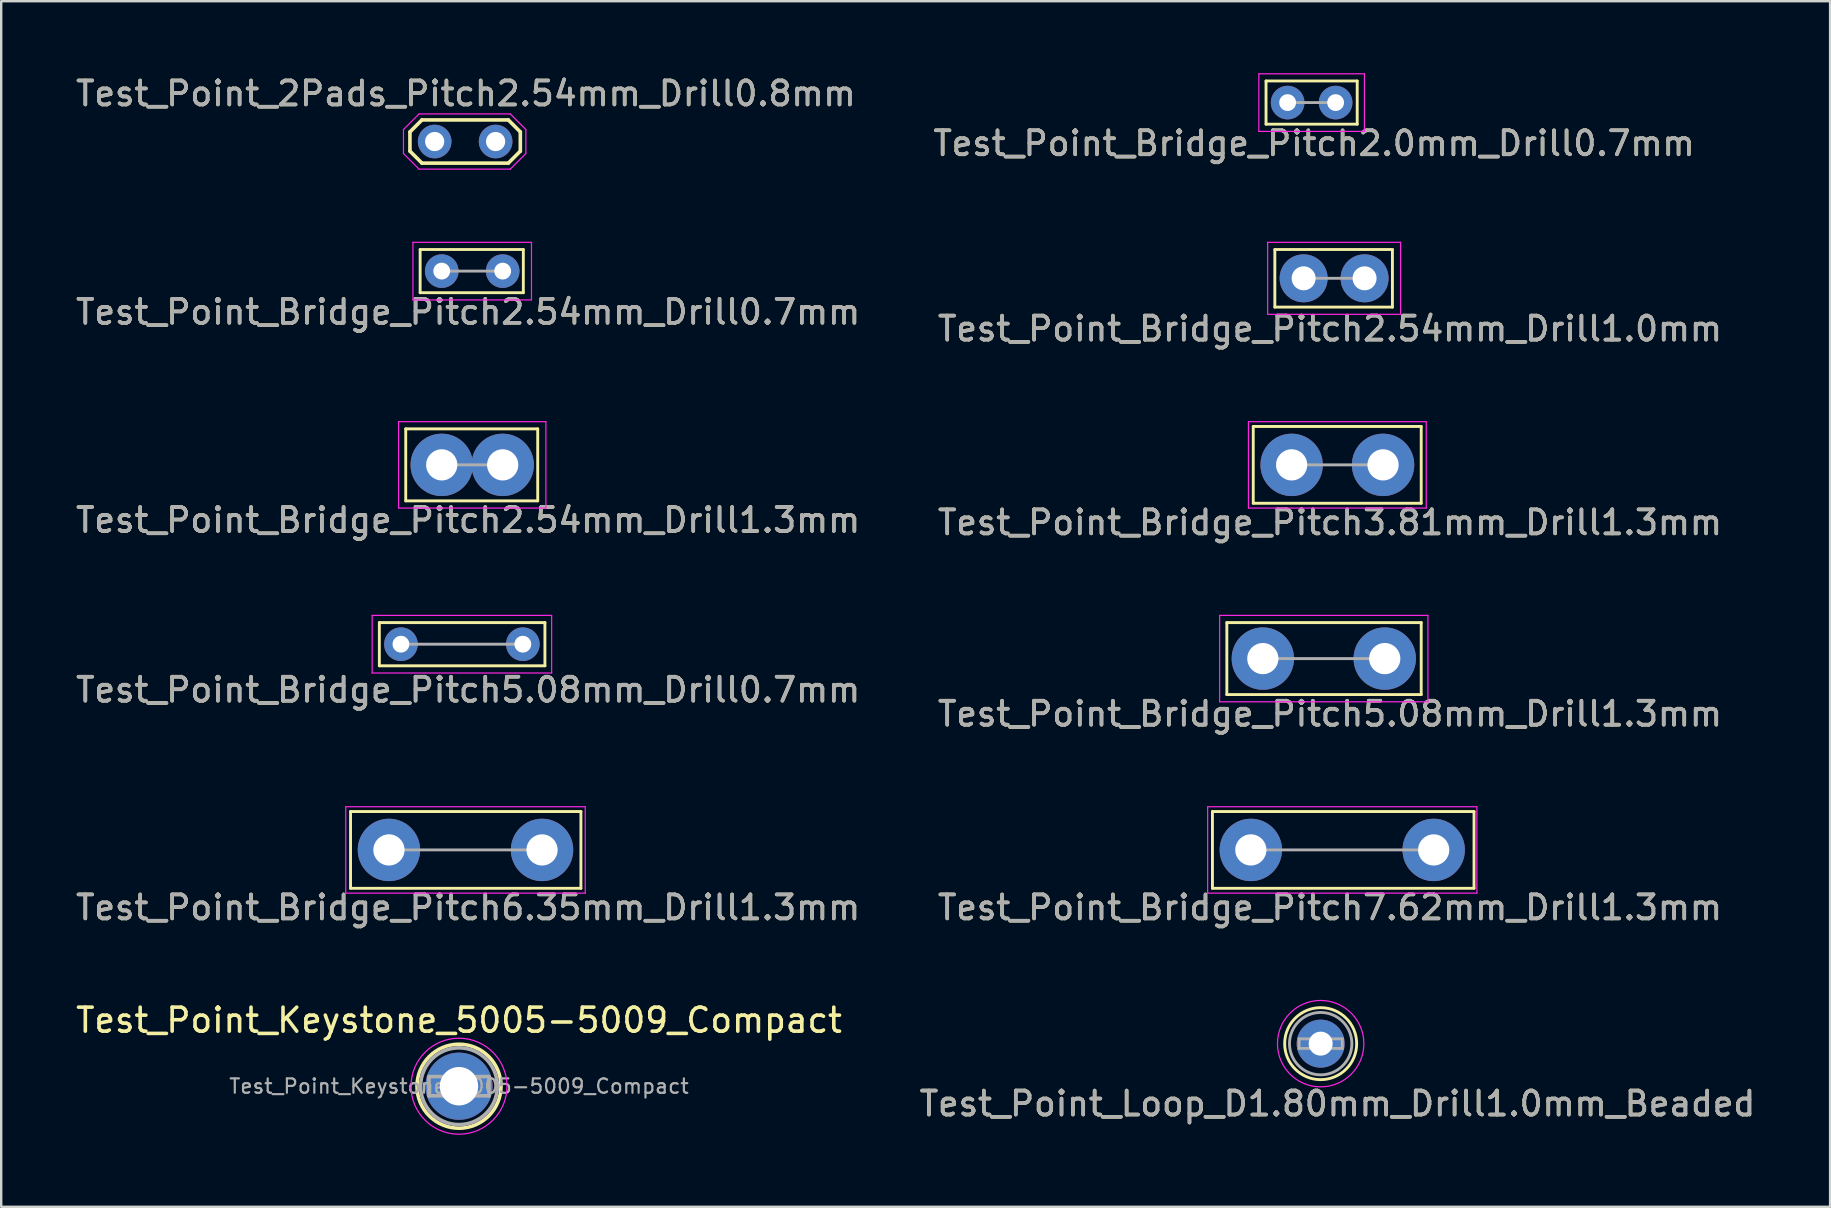
<source format=kicad_pcb>
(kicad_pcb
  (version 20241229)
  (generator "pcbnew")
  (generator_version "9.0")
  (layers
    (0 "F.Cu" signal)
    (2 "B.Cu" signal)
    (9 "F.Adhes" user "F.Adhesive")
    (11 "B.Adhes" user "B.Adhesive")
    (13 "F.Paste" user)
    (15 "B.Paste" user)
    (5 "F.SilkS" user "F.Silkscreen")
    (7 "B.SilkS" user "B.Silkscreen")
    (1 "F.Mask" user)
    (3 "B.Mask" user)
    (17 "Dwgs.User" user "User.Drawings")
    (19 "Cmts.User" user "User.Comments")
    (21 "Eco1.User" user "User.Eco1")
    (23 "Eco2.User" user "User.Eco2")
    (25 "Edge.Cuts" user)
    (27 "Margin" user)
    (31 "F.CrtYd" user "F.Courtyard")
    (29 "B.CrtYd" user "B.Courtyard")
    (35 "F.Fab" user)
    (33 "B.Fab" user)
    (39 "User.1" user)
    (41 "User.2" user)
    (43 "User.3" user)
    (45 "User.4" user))
  (footprint "Test_Point_Bridge_Pitch3.81mm_Drill1.3mm"
    (layer "F.Cu")
    (at 50.775 16.322)
    (property "Reference" "Test_Point_Bridge_Pitch3.81mm_Drill1.3mm" (at 1.6 2.4 0) (layer "F.SilkS") (effects (font (size 1 1) (thickness 0.15))))
    (attr through_hole)
    (fp_line (start -1.6 -1.6) (end 5.4 -1.6) (stroke (width 0.12) (type solid)) (layer "F.SilkS"))
    (fp_line (start -1.6 1.6) (end -1.6 -1.6) (stroke (width 0.12) (type solid)) (layer "F.SilkS"))
    (fp_line (start 5.4 -1.6) (end 5.4 1.6) (stroke (width 0.12) (type solid)) (layer "F.SilkS"))
    (fp_line (start 5.4 1.6) (end -1.6 1.6) (stroke (width 0.12) (type solid)) (layer "F.SilkS"))
    (fp_line (start -1.8 -1.8) (end -1.8 1.8) (stroke (width 0.05) (type solid)) (layer "F.CrtYd"))
    (fp_line (start -1.8 -1.8) (end 5.61 -1.8) (stroke (width 0.05) (type solid)) (layer "F.CrtYd"))
    (fp_line (start 5.61 1.8) (end -1.8 1.8) (stroke (width 0.05) (type solid)) (layer "F.CrtYd"))
    (fp_line (start 5.61 1.8) (end 5.61 -1.8) (stroke (width 0.05) (type solid)) (layer "F.CrtYd"))
    (fp_line (start 3.81 0) (end 0 0) (stroke (width 0.12) (type solid)) (layer "F.Fab"))
    (fp_text user "${REFERENCE}" (at 1.6 2.4 0) (layer "F.Fab") (effects (font (size 1 1) (thickness 0.15))))
    (pad "1" thru_hole circle (at 0 0) (size 2.6 2.6) (drill 1.3) (layers "*.Cu" "*.Mask"))
    (pad "1" thru_hole circle (at 3.81 0) (size 2.6 2.6) (drill 1.3) (layers "*.Cu" "*.Mask")))
  (footprint "Test_Point_Loop_D1.80mm_Drill1.0mm_Beaded"
    (layer "F.Cu")
    (at 51.985 40.441)
    (property "Reference" "Test_Point_Loop_D1.80mm_Drill1.0mm_Beaded" (at 0.7 2.5 0) (layer "F.SilkS") (effects (font (size 1 1) (thickness 0.15))))
    (attr through_hole)
    (fp_circle (center 0 0) (end 1.5 0) (stroke (width 0.12) (type solid)) (fill no) (layer "F.SilkS"))
    (fp_circle (center 0 0) (end 1.8 0) (stroke (width 0.05) (type solid)) (fill no) (layer "F.CrtYd"))
    (fp_line (start -0.9 -0.2) (end 0.9 -0.2) (stroke (width 0.12) (type solid)) (layer "F.Fab"))
    (fp_line (start -0.9 0.2) (end -0.9 -0.2) (stroke (width 0.12) (type solid)) (layer "F.Fab"))
    (fp_line (start 0.9 -0.2) (end 0.9 0.2) (stroke (width 0.12) (type solid)) (layer "F.Fab"))
    (fp_line (start 0.9 0.2) (end -0.9 0.2) (stroke (width 0.12) (type solid)) (layer "F.Fab"))
    (fp_circle (center 0 0) (end 1.3 0) (stroke (width 0.12) (type solid)) (fill no) (layer "F.Fab"))
    (fp_text user "${REFERENCE}" (at 0.7 2.5 0) (layer "F.Fab") (effects (font (size 1 1) (thickness 0.15))))
    (pad "1" thru_hole circle (at 0 0) (size 2 2) (drill 1) (layers "*.Cu" "*.Mask")))
  (footprint "Test_Point_Bridge_Pitch2.54mm_Drill1.0mm"
    (layer "F.Cu")
    (at 51.275 8.548)
    (property "Reference" "Test_Point_Bridge_Pitch2.54mm_Drill1.0mm" (at 1.1 2.1 0) (layer "F.SilkS") (effects (font (size 1 1) (thickness 0.15))))
    (attr through_hole)
    (fp_line (start -1.2 -1.2) (end -1.2 1.2) (stroke (width 0.12) (type solid)) (layer "F.SilkS"))
    (fp_line (start -1.2 1.2) (end 3.7 1.2) (stroke (width 0.12) (type solid)) (layer "F.SilkS"))
    (fp_line (start 3.7 -1.2) (end -1.2 -1.2) (stroke (width 0.12) (type solid)) (layer "F.SilkS"))
    (fp_line (start 3.7 1.2) (end 3.7 -1.2) (stroke (width 0.12) (type solid)) (layer "F.SilkS"))
    (fp_line (start -1.5 -1.5) (end -1.5 1.5) (stroke (width 0.05) (type solid)) (layer "F.CrtYd"))
    (fp_line (start -1.5 -1.5) (end 4.04 -1.5) (stroke (width 0.05) (type solid)) (layer "F.CrtYd"))
    (fp_line (start 4.04 1.5) (end -1.5 1.5) (stroke (width 0.05) (type solid)) (layer "F.CrtYd"))
    (fp_line (start 4.04 1.5) (end 4.04 -1.5) (stroke (width 0.05) (type solid)) (layer "F.CrtYd"))
    (fp_line (start 2.54 0) (end 0 0) (stroke (width 0.12) (type solid)) (layer "F.Fab"))
    (fp_text user "${REFERENCE}" (at 1.1 2.1 0) (layer "F.Fab") (effects (font (size 1 1) (thickness 0.15))))
    (pad "1" thru_hole circle (at 0 0) (size 2 2) (drill 1) (layers "*.Cu" "*.Mask"))
    (pad "1" thru_hole circle (at 2.54 0) (size 2 2) (drill 1) (layers "*.Cu" "*.Mask")))
  (footprint "Test_Point_Keystone_5005-5009_Compact"
    (layer "F.Cu")
    (at 16.077 42.215)
    (property "Reference" "Test_Point_Keystone_5005-5009_Compact" (at 0 -2.75 0) (layer "F.SilkS") (effects (font (size 1 1) (thickness 0.15))))
    (attr through_hole)
    (fp_circle (center 0 0) (end 1.75 0) (stroke (width 0.15) (type solid)) (fill no) (layer "F.SilkS"))
    (fp_circle (center 0 0) (end 2 0) (stroke (width 0.05) (type solid)) (fill no) (layer "F.CrtYd"))
    (fp_line (start -1.25 -0.4) (end 1.25 -0.4) (stroke (width 0.15) (type solid)) (layer "F.Fab"))
    (fp_line (start -1.25 0.4) (end -1.25 -0.4) (stroke (width 0.15) (type solid)) (layer "F.Fab"))
    (fp_line (start 1.25 -0.4) (end 1.25 0.4) (stroke (width 0.15) (type solid)) (layer "F.Fab"))
    (fp_line (start 1.25 0.4) (end -1.25 0.4) (stroke (width 0.15) (type solid)) (layer "F.Fab"))
    (fp_circle (center 0 0) (end 1.6 0) (stroke (width 0.15) (type solid)) (fill no) (layer "F.Fab"))
    (fp_text user "${REFERENCE}" (at 0 0 0) (layer "F.Fab") (effects (font (size 0.6 0.6) (thickness 0.09))))
    (pad "1" thru_hole circle (at 0 0) (size 2.8 2.8) (drill 1.6) (layers "*.Cu" "*.Mask")))
  (footprint "Test_Point_Bridge_Pitch5.08mm_Drill0.7mm"
    (layer "F.Cu")
    (at 13.658 23.795)
    (property "Reference" "Test_Point_Bridge_Pitch5.08mm_Drill0.7mm" (at 2.8 1.9 0) (layer "F.SilkS") (effects (font (size 1 1) (thickness 0.15))))
    (attr through_hole)
    (fp_line (start -0.9 -0.9) (end 6 -0.9) (stroke (width 0.12) (type solid)) (layer "F.SilkS"))
    (fp_line (start -0.9 0.9) (end -0.9 -0.9) (stroke (width 0.12) (type solid)) (layer "F.SilkS"))
    (fp_line (start 6 -0.9) (end 6 0.9) (stroke (width 0.12) (type solid)) (layer "F.SilkS"))
    (fp_line (start 6 0.9) (end -0.9 0.9) (stroke (width 0.12) (type solid)) (layer "F.SilkS"))
    (fp_line (start -1.2 -1.2) (end -1.2 1.2) (stroke (width 0.05) (type solid)) (layer "F.CrtYd"))
    (fp_line (start -1.2 -1.2) (end 6.28 -1.2) (stroke (width 0.05) (type solid)) (layer "F.CrtYd"))
    (fp_line (start 6.28 1.2) (end -1.2 1.2) (stroke (width 0.05) (type solid)) (layer "F.CrtYd"))
    (fp_line (start 6.28 1.2) (end 6.28 -1.2) (stroke (width 0.05) (type solid)) (layer "F.CrtYd"))
    (fp_line (start 5.08 0) (end 0 0) (stroke (width 0.12) (type solid)) (layer "F.Fab"))
    (fp_text user "${REFERENCE}" (at 2.8 1.9 0) (layer "F.Fab") (effects (font (size 1 1) (thickness 0.15))))
    (pad "1" thru_hole circle (at 0 0) (size 1.4 1.4) (drill 0.7) (layers "*.Cu" "*.Mask"))
    (pad "1" thru_hole circle (at 5.08 0) (size 1.4 1.4) (drill 0.7) (layers "*.Cu" "*.Mask")))
  (footprint "Test_Point_Bridge_Pitch6.35mm_Drill1.3mm"
    (layer "F.Cu")
    (at 13.158 32.368)
    (property "Reference" "Test_Point_Bridge_Pitch6.35mm_Drill1.3mm" (at 3.3 2.4 0) (layer "F.SilkS") (effects (font (size 1 1) (thickness 0.15))))
    (attr through_hole)
    (fp_line (start -1.6 -1.6) (end 8 -1.6) (stroke (width 0.12) (type solid)) (layer "F.SilkS"))
    (fp_line (start -1.6 1.6) (end -1.6 -1.6) (stroke (width 0.12) (type solid)) (layer "F.SilkS"))
    (fp_line (start 8 -1.6) (end 8 1.6) (stroke (width 0.12) (type solid)) (layer "F.SilkS"))
    (fp_line (start 8 1.6) (end -1.6 1.6) (stroke (width 0.12) (type solid)) (layer "F.SilkS"))
    (fp_line (start -1.8 -1.8) (end -1.8 1.8) (stroke (width 0.05) (type solid)) (layer "F.CrtYd"))
    (fp_line (start -1.8 -1.8) (end 8.18 -1.8) (stroke (width 0.05) (type solid)) (layer "F.CrtYd"))
    (fp_line (start 8.18 1.8) (end -1.8 1.8) (stroke (width 0.05) (type solid)) (layer "F.CrtYd"))
    (fp_line (start 8.18 1.8) (end 8.18 -1.8) (stroke (width 0.05) (type solid)) (layer "F.CrtYd"))
    (fp_line (start 6.35 0) (end 0 0) (stroke (width 0.12) (type solid)) (layer "F.Fab"))
    (fp_text user "${REFERENCE}" (at 3.3 2.4 0) (layer "F.Fab") (effects (font (size 1 1) (thickness 0.15))))
    (pad "1" thru_hole circle (at 0 0) (size 2.6 2.6) (drill 1.3) (layers "*.Cu" "*.Mask"))
    (pad "1" thru_hole circle (at 6.38 0) (size 2.6 2.6) (drill 1.3) (layers "*.Cu" "*.Mask")))
  (footprint "Test_Point_Bridge_Pitch7.62mm_Drill1.3mm"
    (layer "F.Cu")
    (at 49.075 32.368)
    (property "Reference" "Test_Point_Bridge_Pitch7.62mm_Drill1.3mm" (at 3.3 2.4 0) (layer "F.SilkS") (effects (font (size 1 1) (thickness 0.15))))
    (attr through_hole)
    (fp_line (start -1.6 -1.6) (end 9.3 -1.6) (stroke (width 0.12) (type solid)) (layer "F.SilkS"))
    (fp_line (start -1.6 1.6) (end -1.6 -1.6) (stroke (width 0.12) (type solid)) (layer "F.SilkS"))
    (fp_line (start 9.3 -1.6) (end 9.3 1.6) (stroke (width 0.12) (type solid)) (layer "F.SilkS"))
    (fp_line (start 9.3 1.6) (end -1.6 1.6) (stroke (width 0.12) (type solid)) (layer "F.SilkS"))
    (fp_line (start -1.8 -1.8) (end -1.8 1.8) (stroke (width 0.05) (type solid)) (layer "F.CrtYd"))
    (fp_line (start -1.8 -1.8) (end 9.42 -1.8) (stroke (width 0.05) (type solid)) (layer "F.CrtYd"))
    (fp_line (start 9.42 1.8) (end -1.8 1.8) (stroke (width 0.05) (type solid)) (layer "F.CrtYd"))
    (fp_line (start 9.42 1.8) (end 9.42 -1.8) (stroke (width 0.05) (type solid)) (layer "F.CrtYd"))
    (fp_line (start 7.62 0) (end 0 0) (stroke (width 0.12) (type solid)) (layer "F.Fab"))
    (fp_text user "${REFERENCE}" (at 3.3 2.4 0) (layer "F.Fab") (effects (font (size 1 1) (thickness 0.15))))
    (pad "1" thru_hole circle (at 0 0) (size 2.6 2.6) (drill 1.3) (layers "*.Cu" "*.Mask"))
    (pad "1" thru_hole circle (at 7.62 0) (size 2.6 2.6) (drill 1.3) (layers "*.Cu" "*.Mask")))
  (footprint "Test_Point_Bridge_Pitch5.08mm_Drill1.3mm"
    (layer "F.Cu")
    (at 49.575 24.395)
    (property "Reference" "Test_Point_Bridge_Pitch5.08mm_Drill1.3mm" (at 2.8 2.3 0) (layer "F.SilkS") (effects (font (size 1 1) (thickness 0.15))))
    (attr through_hole)
    (fp_line (start -1.5 -1.5) (end -1.5 1.5) (stroke (width 0.12) (type solid)) (layer "F.SilkS"))
    (fp_line (start -1.5 -1.5) (end 6.6 -1.5) (stroke (width 0.12) (type solid)) (layer "F.SilkS"))
    (fp_line (start 6.6 1.5) (end -1.5 1.5) (stroke (width 0.12) (type solid)) (layer "F.SilkS"))
    (fp_line (start 6.6 1.5) (end 6.6 -1.5) (stroke (width 0.12) (type solid)) (layer "F.SilkS"))
    (fp_line (start -1.8 -1.8) (end -1.8 1.8) (stroke (width 0.05) (type solid)) (layer "F.CrtYd"))
    (fp_line (start -1.8 -1.8) (end 6.88 -1.8) (stroke (width 0.05) (type solid)) (layer "F.CrtYd"))
    (fp_line (start 6.88 1.8) (end -1.8 1.8) (stroke (width 0.05) (type solid)) (layer "F.CrtYd"))
    (fp_line (start 6.88 1.8) (end 6.88 -1.8) (stroke (width 0.05) (type solid)) (layer "F.CrtYd"))
    (fp_line (start 5.08 0) (end 0 0) (stroke (width 0.12) (type solid)) (layer "F.Fab"))
    (fp_text user "${REFERENCE}" (at 2.8 2.3 0) (layer "F.Fab") (effects (font (size 1 1) (thickness 0.15))))
    (pad "1" thru_hole circle (at 0 0) (size 2.6 2.6) (drill 1.3) (layers "*.Cu" "*.Mask"))
    (pad "1" thru_hole circle (at 5.08 0) (size 2.6 2.6) (drill 1.3) (layers "*.Cu" "*.Mask")))
  (footprint "Test_Point_2Pads_Pitch2.54mm_Drill0.8mm"
    (layer "F.Cu")
    (at 15.063 2.848)
    (property "Reference" "Test_Point_2Pads_Pitch2.54mm_Drill0.8mm" (at 1.3 -2 0) (layer "F.SilkS") (effects (font (size 1 1) (thickness 0.15))))
    (attr exclude_from_pos_files exclude_from_bom)
    (fp_line (start -1.03 -0.4) (end -0.53 -0.9) (stroke (width 0.15) (type solid)) (layer "F.SilkS"))
    (fp_line (start -1.03 0.4) (end -1.03 -0.4) (stroke (width 0.15) (type solid)) (layer "F.SilkS"))
    (fp_line (start -0.53 -0.9) (end 3.07 -0.9) (stroke (width 0.15) (type solid)) (layer "F.SilkS"))
    (fp_line (start -0.53 0.9) (end -1.03 0.4) (stroke (width 0.15) (type solid)) (layer "F.SilkS"))
    (fp_line (start 3.07 -0.9) (end 3.57 -0.4) (stroke (width 0.15) (type solid)) (layer "F.SilkS"))
    (fp_line (start 3.07 0.9) (end -0.53 0.9) (stroke (width 0.15) (type solid)) (layer "F.SilkS"))
    (fp_line (start 3.57 -0.4) (end 3.57 0.4) (stroke (width 0.15) (type solid)) (layer "F.SilkS"))
    (fp_line (start 3.57 0.4) (end 3.07 0.9) (stroke (width 0.15) (type solid)) (layer "F.SilkS"))
    (fp_line (start -1.3 -0.5) (end -1.3 0.5) (stroke (width 0.05) (type solid)) (layer "F.CrtYd"))
    (fp_line (start -1.3 0.5) (end -0.65 1.15) (stroke (width 0.05) (type solid)) (layer "F.CrtYd"))
    (fp_line (start -0.65 -1.15) (end -1.3 -0.5) (stroke (width 0.05) (type solid)) (layer "F.CrtYd"))
    (fp_line (start -0.65 1.15) (end 3.15 1.15) (stroke (width 0.05) (type solid)) (layer "F.CrtYd"))
    (fp_line (start 3.15 -1.15) (end -0.65 -1.15) (stroke (width 0.05) (type solid)) (layer "F.CrtYd"))
    (fp_line (start 3.15 1.15) (end 3.8 0.5) (stroke (width 0.05) (type solid)) (layer "F.CrtYd"))
    (fp_line (start 3.8 -0.5) (end 3.15 -1.15) (stroke (width 0.05) (type solid)) (layer "F.CrtYd"))
    (fp_line (start 3.8 0.5) (end 3.8 -0.5) (stroke (width 0.05) (type solid)) (layer "F.CrtYd"))
    (fp_text user "${REFERENCE}" (at 1.3 -2 0) (layer "F.Fab") (effects (font (size 1 1) (thickness 0.15))))
    (pad "1" thru_hole circle (at 0 0) (size 1.4 1.4) (drill 0.8) (layers "*.Cu" "*.Mask"))
    (pad "2" thru_hole circle (at 2.54 0) (size 1.4 1.4) (drill 0.8) (layers "*.Cu" "*.Mask")))
  (footprint "Test_Point_Bridge_Pitch2.54mm_Drill0.7mm"
    (layer "F.Cu")
    (at 15.358 8.248)
    (property "Reference" "Test_Point_Bridge_Pitch2.54mm_Drill0.7mm" (at 1.1 1.7 0) (layer "F.SilkS") (effects (font (size 1 1) (thickness 0.15))))
    (attr through_hole)
    (fp_line (start -0.9 -0.9) (end -0.9 0.9) (stroke (width 0.12) (type solid)) (layer "F.SilkS"))
    (fp_line (start -0.9 -0.9) (end 3.4 -0.9) (stroke (width 0.12) (type solid)) (layer "F.SilkS"))
    (fp_line (start 3.4 0.9) (end -0.9 0.9) (stroke (width 0.12) (type solid)) (layer "F.SilkS"))
    (fp_line (start 3.4 0.9) (end 3.4 -0.9) (stroke (width 0.12) (type solid)) (layer "F.SilkS"))
    (fp_line (start -1.2 -1.2) (end -1.2 1.2) (stroke (width 0.05) (type solid)) (layer "F.CrtYd"))
    (fp_line (start -1.2 -1.2) (end 3.74 -1.2) (stroke (width 0.05) (type solid)) (layer "F.CrtYd"))
    (fp_line (start 3.74 1.2) (end -1.2 1.2) (stroke (width 0.05) (type solid)) (layer "F.CrtYd"))
    (fp_line (start 3.74 1.2) (end 3.74 -1.2) (stroke (width 0.05) (type solid)) (layer "F.CrtYd"))
    (fp_line (start 2.54 0) (end 0 0) (stroke (width 0.12) (type solid)) (layer "F.Fab"))
    (fp_text user "${REFERENCE}" (at 1.1 1.7 0) (layer "F.Fab") (effects (font (size 1 1) (thickness 0.15))))
    (pad "1" thru_hole circle (at 0 0) (size 1.4 1.4) (drill 0.7) (layers "*.Cu" "*.Mask"))
    (pad "1" thru_hole circle (at 2.54 0) (size 1.4 1.4) (drill 0.7) (layers "*.Cu" "*.Mask")))
  (footprint "Test_Point_Bridge_Pitch2.0mm_Drill0.7mm"
    (layer "F.Cu")
    (at 50.608 1.225)
    (property "Reference" "Test_Point_Bridge_Pitch2.0mm_Drill0.7mm" (at 1.1 1.7 0) (layer "F.SilkS") (effects (font (size 1 1) (thickness 0.15))))
    (attr through_hole)
    (fp_line (start -0.9 -0.9) (end -0.9 0.9) (stroke (width 0.12) (type solid)) (layer "F.SilkS"))
    (fp_line (start -0.9 0.9) (end 2.9 0.9) (stroke (width 0.12) (type solid)) (layer "F.SilkS"))
    (fp_line (start 2.9 -0.9) (end -0.9 -0.9) (stroke (width 0.12) (type solid)) (layer "F.SilkS"))
    (fp_line (start 2.9 0.9) (end 2.9 -0.9) (stroke (width 0.12) (type solid)) (layer "F.SilkS"))
    (fp_line (start -1.2 1.2) (end -1.2 -1.2) (stroke (width 0.05) (type solid)) (layer "F.CrtYd"))
    (fp_line (start -1.2 1.2) (end 3.2 1.2) (stroke (width 0.05) (type solid)) (layer "F.CrtYd"))
    (fp_line (start 3.2 -1.2) (end -1.2 -1.2) (stroke (width 0.05) (type solid)) (layer "F.CrtYd"))
    (fp_line (start 3.2 -1.2) (end 3.2 1.2) (stroke (width 0.05) (type solid)) (layer "F.CrtYd"))
    (fp_line (start 2 0) (end 0 0) (stroke (width 0.12) (type solid)) (layer "F.Fab"))
    (fp_text user "${REFERENCE}" (at 1.1 1.7 0) (layer "F.Fab") (effects (font (size 1 1) (thickness 0.15))))
    (pad "1" thru_hole circle (at 0 0) (size 1.4 1.4) (drill 0.7) (layers "*.Cu" "*.Mask"))
    (pad "1" thru_hole circle (at 2 0) (size 1.4 1.4) (drill 0.7) (layers "*.Cu" "*.Mask")))
  (footprint "Test_Point_Bridge_Pitch2.54mm_Drill1.3mm"
    (layer "F.Cu")
    (at 15.358 16.322)
    (property "Reference" "Test_Point_Bridge_Pitch2.54mm_Drill1.3mm" (at 1.1 2.3 0) (layer "F.SilkS") (effects (font (size 1 1) (thickness 0.15))))
    (attr through_hole)
    (fp_line (start -1.5 -1.5) (end -1.5 1.5) (stroke (width 0.12) (type solid)) (layer "F.SilkS"))
    (fp_line (start -1.5 1.5) (end 4 1.5) (stroke (width 0.12) (type solid)) (layer "F.SilkS"))
    (fp_line (start 4 -1.5) (end -1.5 -1.5) (stroke (width 0.12) (type solid)) (layer "F.SilkS"))
    (fp_line (start 4 1.5) (end 4 -1.5) (stroke (width 0.12) (type solid)) (layer "F.SilkS"))
    (fp_line (start -1.8 -1.8) (end -1.8 1.8) (stroke (width 0.05) (type solid)) (layer "F.CrtYd"))
    (fp_line (start -1.8 -1.8) (end 4.34 -1.8) (stroke (width 0.05) (type solid)) (layer "F.CrtYd"))
    (fp_line (start 4.34 1.8) (end -1.8 1.8) (stroke (width 0.05) (type solid)) (layer "F.CrtYd"))
    (fp_line (start 4.34 1.8) (end 4.34 -1.8) (stroke (width 0.05) (type solid)) (layer "F.CrtYd"))
    (fp_line (start 2.54 0) (end 0 0) (stroke (width 0.12) (type solid)) (layer "F.Fab"))
    (fp_text user "${REFERENCE}" (at 1.1 2.3 0) (layer "F.Fab") (effects (font (size 1 1) (thickness 0.15))))
    (pad "1" thru_hole circle (at 0 0) (size 2.6 2.6) (drill 1.3) (layers "*.Cu" "*.Mask"))
    (pad "1" thru_hole circle (at 2.54 0) (size 2.6 2.6) (drill 1.3) (layers "*.Cu" "*.Mask")))
  (gr_rect
    (start -3 -3)
    (end 73.214 47.239)
    (stroke (width 0.1) (type default))
    (fill no)
    (layer "Edge.Cuts")))
</source>
